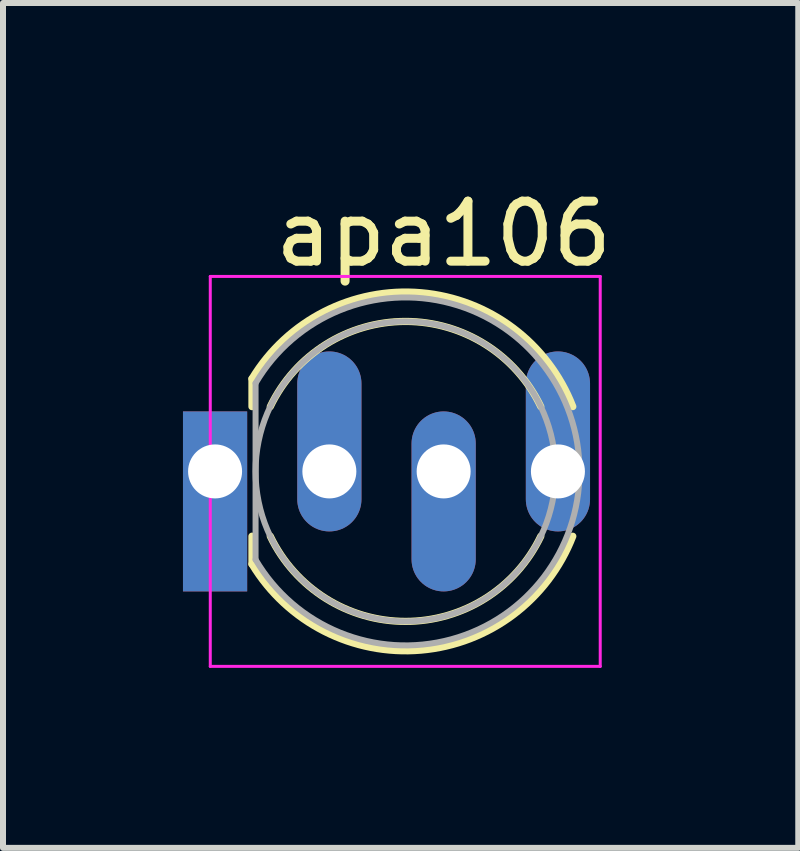
<source format=kicad_pcb>
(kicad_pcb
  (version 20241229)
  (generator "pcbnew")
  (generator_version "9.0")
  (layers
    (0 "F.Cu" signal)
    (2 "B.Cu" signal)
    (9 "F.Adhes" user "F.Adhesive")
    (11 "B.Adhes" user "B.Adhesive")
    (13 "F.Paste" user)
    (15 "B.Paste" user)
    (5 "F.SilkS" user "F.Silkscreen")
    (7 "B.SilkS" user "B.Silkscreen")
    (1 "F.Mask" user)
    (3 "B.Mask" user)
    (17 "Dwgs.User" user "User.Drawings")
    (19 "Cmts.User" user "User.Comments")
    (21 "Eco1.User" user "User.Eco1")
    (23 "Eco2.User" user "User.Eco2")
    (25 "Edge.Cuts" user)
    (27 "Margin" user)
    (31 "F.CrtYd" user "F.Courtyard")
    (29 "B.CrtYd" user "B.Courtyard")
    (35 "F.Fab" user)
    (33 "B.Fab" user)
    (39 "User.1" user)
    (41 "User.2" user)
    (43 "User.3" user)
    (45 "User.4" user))
  (footprint "apa106"
    (layer "F.Cu")
    (at 2.44 4.808)
    (property "Reference" "apa106" (at 1.905 -3.96 0) (layer "F.SilkS") (effects (font (size 1 1) (thickness 0.15))))
    (attr through_hole)
    (fp_line (start -1.29 -1.545) (end -1.29 -1.08) (stroke (width 0.12) (type solid)) (layer "F.SilkS"))
    (fp_line (start -1.29 1.08) (end -1.29 1.545) (stroke (width 0.12) (type solid)) (layer "F.SilkS"))
    (fp_arc (start -1.29 -1.54483) (mid 1.528456 -2.978809) (end 4.057815 -1.080827) (stroke (width 0.12) (type solid)) (layer "F.SilkS"))
    (fp_arc (start -0.984684 -1.08) (mid 1.269762 -2.5) (end 3.524479 -1.080429) (stroke (width 0.12) (type solid)) (layer "F.SilkS"))
    (fp_arc (start 3.524479 1.080429) (mid 1.269762 2.5) (end -0.984684 1.08) (stroke (width 0.12) (type solid)) (layer "F.SilkS"))
    (fp_arc (start 4.057815 1.080827) (mid 1.528456 2.978808) (end -1.29 1.54483) (stroke (width 0.12) (type solid)) (layer "F.SilkS"))
    (fp_line (start -1.985 -3.25) (end -1.985 3.25) (stroke (width 0.05) (type solid)) (layer "F.CrtYd"))
    (fp_line (start -1.985 3.25) (end 4.515 3.25) (stroke (width 0.05) (type solid)) (layer "F.CrtYd"))
    (fp_line (start 4.515 -3.25) (end -1.985 -3.25) (stroke (width 0.05) (type solid)) (layer "F.CrtYd"))
    (fp_line (start 4.515 3.25) (end 4.515 -3.25) (stroke (width 0.05) (type solid)) (layer "F.CrtYd"))
    (fp_line (start -1.23 -1.47) (end -1.23 1.47) (stroke (width 0.1) (type solid)) (layer "F.Fab"))
    (fp_arc (start -1.23 -1.469694) (mid 4.17 0.000016) (end -1.230016 1.469666) (stroke (width 0.1) (type solid)) (layer "F.Fab"))
    (fp_circle (center 1.27 0) (end 3.77 0) (stroke (width 0.1) (type solid)) (fill no) (layer "F.Fab"))
    (pad "1" thru_hole rect (at -1.905 0) (size 1.07 3) (drill 0.9 (offset 0 0.5)) (layers "*.Cu" "*.Mask"))
    (pad "2" thru_hole oval (at 0 0) (size 1.07 3) (drill 0.9 (offset 0 -0.5)) (layers "*.Cu" "*.Mask"))
    (pad "3" thru_hole oval (at 1.905 0) (size 1.07 3) (drill 0.9 (offset 0 0.5)) (layers "*.Cu" "*.Mask"))
    (pad "4" thru_hole oval (at 3.81 0) (size 1.07 3) (drill 0.9 (offset 0 -0.5)) (layers "*.Cu" "*.Mask")))
  (gr_rect
    (start -3 -3)
    (end 10.256 11.083)
    (stroke (width 0.1) (type default))
    (fill no)
    (layer "Edge.Cuts")))
</source>
